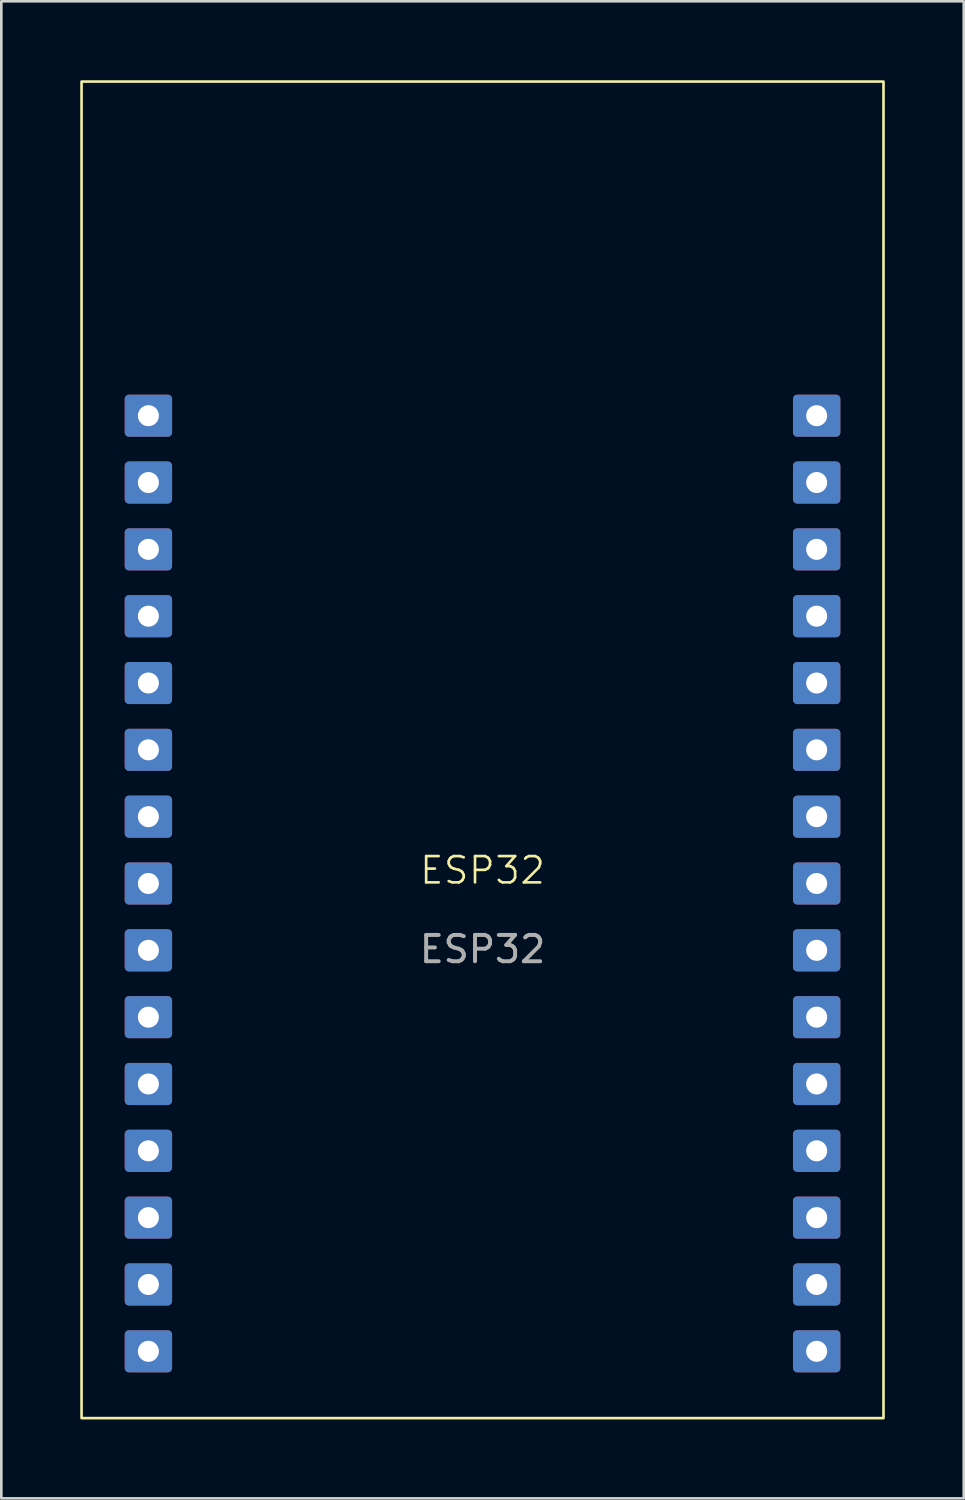
<source format=kicad_pcb>
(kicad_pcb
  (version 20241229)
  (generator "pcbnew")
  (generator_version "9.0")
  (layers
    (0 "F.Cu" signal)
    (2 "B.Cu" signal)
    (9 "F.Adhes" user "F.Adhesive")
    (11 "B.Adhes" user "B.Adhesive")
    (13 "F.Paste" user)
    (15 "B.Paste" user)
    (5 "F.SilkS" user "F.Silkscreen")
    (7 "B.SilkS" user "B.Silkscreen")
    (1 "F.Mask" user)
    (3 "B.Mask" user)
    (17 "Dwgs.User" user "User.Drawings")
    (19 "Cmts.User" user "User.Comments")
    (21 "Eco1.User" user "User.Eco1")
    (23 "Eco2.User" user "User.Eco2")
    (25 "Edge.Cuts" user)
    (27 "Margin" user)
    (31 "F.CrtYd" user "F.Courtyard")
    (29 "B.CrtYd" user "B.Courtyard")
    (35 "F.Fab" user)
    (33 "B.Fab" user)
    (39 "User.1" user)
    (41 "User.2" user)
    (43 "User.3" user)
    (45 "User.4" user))
  (footprint "ESP32"
    (layer "F.Cu")
    (at 15.29 30.53)
    (property "Reference" "ESP32" (at 0 -0.5 0) (unlocked yes) (layer "F.SilkS") (effects (font (size 1 1) (thickness 0.1))))
    (attr through_hole)
    (fp_rect (start -15.24 -30.48) (end 15.24 20.32) (stroke (width 0.1) (type default)) (fill no) (layer "F.SilkS"))
    (fp_text user "${REFERENCE}" (at 0 2.5 0) (unlocked yes) (layer "F.Fab") (effects (font (size 1 1) (thickness 0.15))))
    (pad "1" thru_hole roundrect (at -12.7 -17.78) (size 1.8 1.6) (drill 0.8) (layers "*.Cu" "*.Mask") (roundrect_rratio 0.1))
    (pad "2" thru_hole roundrect (at -12.7 -15.24) (size 1.8 1.6) (drill 0.8) (layers "*.Cu" "*.Mask") (roundrect_rratio 0.1))
    (pad "3" thru_hole roundrect (at -12.7 -12.7) (size 1.8 1.6) (drill 0.8) (layers "*.Cu" "*.Mask") (roundrect_rratio 0.1))
    (pad "4" thru_hole roundrect (at -12.7 -10.16) (size 1.8 1.6) (drill 0.8) (layers "*.Cu" "*.Mask") (roundrect_rratio 0.1))
    (pad "5" thru_hole roundrect (at -12.7 -7.62) (size 1.8 1.6) (drill 0.8) (layers "*.Cu" "*.Mask") (roundrect_rratio 0.1))
    (pad "6" thru_hole roundrect (at -12.7 -5.08) (size 1.8 1.6) (drill 0.8) (layers "*.Cu" "*.Mask") (roundrect_rratio 0.1))
    (pad "7" thru_hole roundrect (at -12.7 -2.54) (size 1.8 1.6) (drill 0.8) (layers "*.Cu" "*.Mask") (roundrect_rratio 0.1))
    (pad "8" thru_hole roundrect (at -12.7 0) (size 1.8 1.6) (drill 0.8) (layers "*.Cu" "*.Mask") (roundrect_rratio 0.1))
    (pad "9" thru_hole roundrect (at -12.7 2.54) (size 1.8 1.6) (drill 0.8) (layers "*.Cu" "*.Mask") (roundrect_rratio 0.1))
    (pad "10" thru_hole roundrect (at -12.7 5.08) (size 1.8 1.6) (drill 0.8) (layers "*.Cu" "*.Mask") (roundrect_rratio 0.1))
    (pad "11" thru_hole roundrect (at -12.7 7.62) (size 1.8 1.6) (drill 0.8) (layers "*.Cu" "*.Mask") (roundrect_rratio 0.1))
    (pad "12" thru_hole roundrect (at -12.7 10.16) (size 1.8 1.6) (drill 0.8) (layers "*.Cu" "*.Mask") (roundrect_rratio 0.1))
    (pad "13" thru_hole roundrect (at -12.7 12.7) (size 1.8 1.6) (drill 0.8) (layers "*.Cu" "*.Mask") (roundrect_rratio 0.1))
    (pad "14" thru_hole roundrect (at -12.7 15.24) (size 1.8 1.6) (drill 0.8) (layers "*.Cu" "*.Mask") (roundrect_rratio 0.1))
    (pad "15" thru_hole roundrect (at -12.7 17.78) (size 1.8 1.6) (drill 0.8) (layers "*.Cu" "*.Mask") (roundrect_rratio 0.1))
    (pad "16" thru_hole roundrect (at 12.7 17.78) (size 1.8 1.6) (drill 0.8) (layers "*.Cu" "*.Mask") (roundrect_rratio 0.1))
    (pad "17" thru_hole roundrect (at 12.7 15.24) (size 1.8 1.6) (drill 0.8) (layers "*.Cu" "*.Mask") (roundrect_rratio 0.1))
    (pad "18" thru_hole roundrect (at 12.7 12.7) (size 1.8 1.6) (drill 0.8) (layers "*.Cu" "*.Mask") (roundrect_rratio 0.1))
    (pad "19" thru_hole roundrect (at 12.7 10.16) (size 1.8 1.6) (drill 0.8) (layers "*.Cu" "*.Mask") (roundrect_rratio 0.1))
    (pad "20" thru_hole roundrect (at 12.7 7.62) (size 1.8 1.6) (drill 0.8) (layers "*.Cu" "*.Mask") (roundrect_rratio 0.1))
    (pad "21" thru_hole roundrect (at 12.7 5.08) (size 1.8 1.6) (drill 0.8) (layers "*.Cu" "*.Mask") (roundrect_rratio 0.1))
    (pad "22" thru_hole roundrect (at 12.7 2.54) (size 1.8 1.6) (drill 0.8) (layers "*.Cu" "*.Mask") (roundrect_rratio 0.1))
    (pad "23" thru_hole roundrect (at 12.7 0) (size 1.8 1.6) (drill 0.8) (layers "*.Cu" "*.Mask") (roundrect_rratio 0.1))
    (pad "24" thru_hole roundrect (at 12.7 -2.54) (size 1.8 1.6) (drill 0.8) (layers "*.Cu" "*.Mask") (roundrect_rratio 0.1))
    (pad "25" thru_hole roundrect (at 12.7 -5.08) (size 1.8 1.6) (drill 0.8) (layers "*.Cu" "*.Mask") (roundrect_rratio 0.1))
    (pad "26" thru_hole roundrect (at 12.7 -7.62) (size 1.8 1.6) (drill 0.8) (layers "*.Cu" "*.Mask") (roundrect_rratio 0.1))
    (pad "27" thru_hole roundrect (at 12.7 -10.16) (size 1.8 1.6) (drill 0.8) (layers "*.Cu" "*.Mask") (roundrect_rratio 0.1))
    (pad "28" thru_hole roundrect (at 12.7 -12.7) (size 1.8 1.6) (drill 0.8) (layers "*.Cu" "*.Mask") (roundrect_rratio 0.1))
    (pad "29" thru_hole roundrect (at 12.7 -15.24) (size 1.8 1.6) (drill 0.8) (layers "*.Cu" "*.Mask") (roundrect_rratio 0.1))
    (pad "30" thru_hole roundrect (at 12.7 -17.78) (size 1.8 1.6) (drill 0.8) (layers "*.Cu" "*.Mask") (roundrect_rratio 0.1)))
  (gr_rect
    (start -3 -3)
    (end 33.58 53.9)
    (stroke (width 0.1) (type default))
    (fill no)
    (layer "Edge.Cuts")))
</source>
